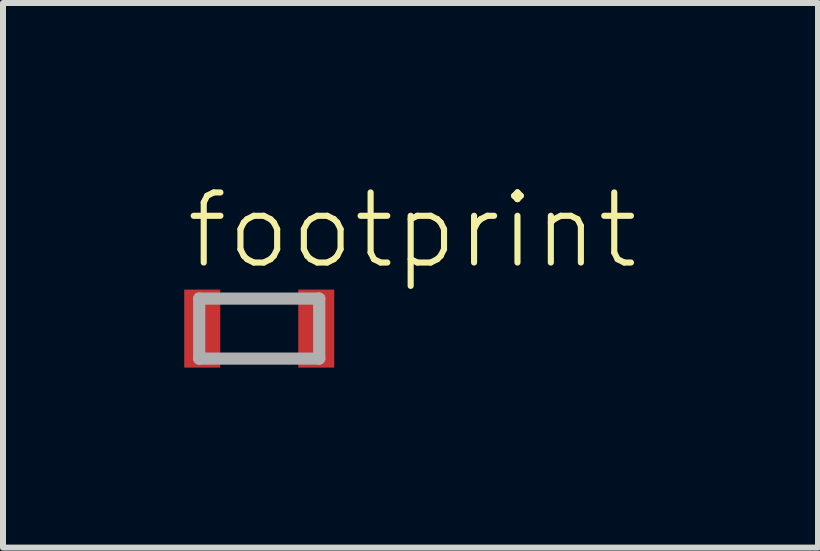
<source format=kicad_pcb>
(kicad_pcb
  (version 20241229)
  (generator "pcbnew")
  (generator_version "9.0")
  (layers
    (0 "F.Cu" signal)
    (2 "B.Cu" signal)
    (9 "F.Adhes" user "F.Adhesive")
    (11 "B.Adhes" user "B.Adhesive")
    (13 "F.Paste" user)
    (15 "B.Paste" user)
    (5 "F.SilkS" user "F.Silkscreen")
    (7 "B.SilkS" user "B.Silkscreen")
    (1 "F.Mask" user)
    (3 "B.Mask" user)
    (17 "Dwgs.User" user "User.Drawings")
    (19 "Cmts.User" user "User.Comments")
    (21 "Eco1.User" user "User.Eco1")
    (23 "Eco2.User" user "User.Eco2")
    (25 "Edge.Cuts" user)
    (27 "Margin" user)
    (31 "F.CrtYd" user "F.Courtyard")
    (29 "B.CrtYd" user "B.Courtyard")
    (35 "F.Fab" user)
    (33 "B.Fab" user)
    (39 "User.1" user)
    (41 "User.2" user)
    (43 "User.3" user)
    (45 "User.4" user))
  (footprint "footprint"
    (layer "F.Cu")
    (at 1.27 2.426)
    (property "Reference" "footprint" (at -1.27 -0.953 0) (layer "F.SilkS") (effects (font (size 1.168 1.168) (thickness 0.102)) (justify left bottom)))
    (fp_line (start -1 -0.5) (end -1 0.5) (stroke (width 0.203) (type solid)) (layer "F.Fab"))
    (fp_line (start -1 0.5) (end 1 0.5) (stroke (width 0.203) (type solid)) (layer "F.Fab"))
    (fp_line (start 1 -0.5) (end -1 -0.5) (stroke (width 0.203) (type solid)) (layer "F.Fab"))
    (fp_line (start 1 0.5) (end 1 -0.5) (stroke (width 0.203) (type solid)) (layer "F.Fab"))
    (pad "1" smd rect (at -0.95 0) (size 0.6 1.3) (layers "F.Cu" "F.Mask" "F.Paste"))
    (pad "2" smd rect (at 0.95 0) (size 0.6 1.3) (layers "F.Cu" "F.Mask" "F.Paste")))
  (gr_rect
    (start -3 -3)
    (end 10.582 6.076)
    (stroke (width 0.1) (type default))
    (fill no)
    (layer "Edge.Cuts")))
</source>
